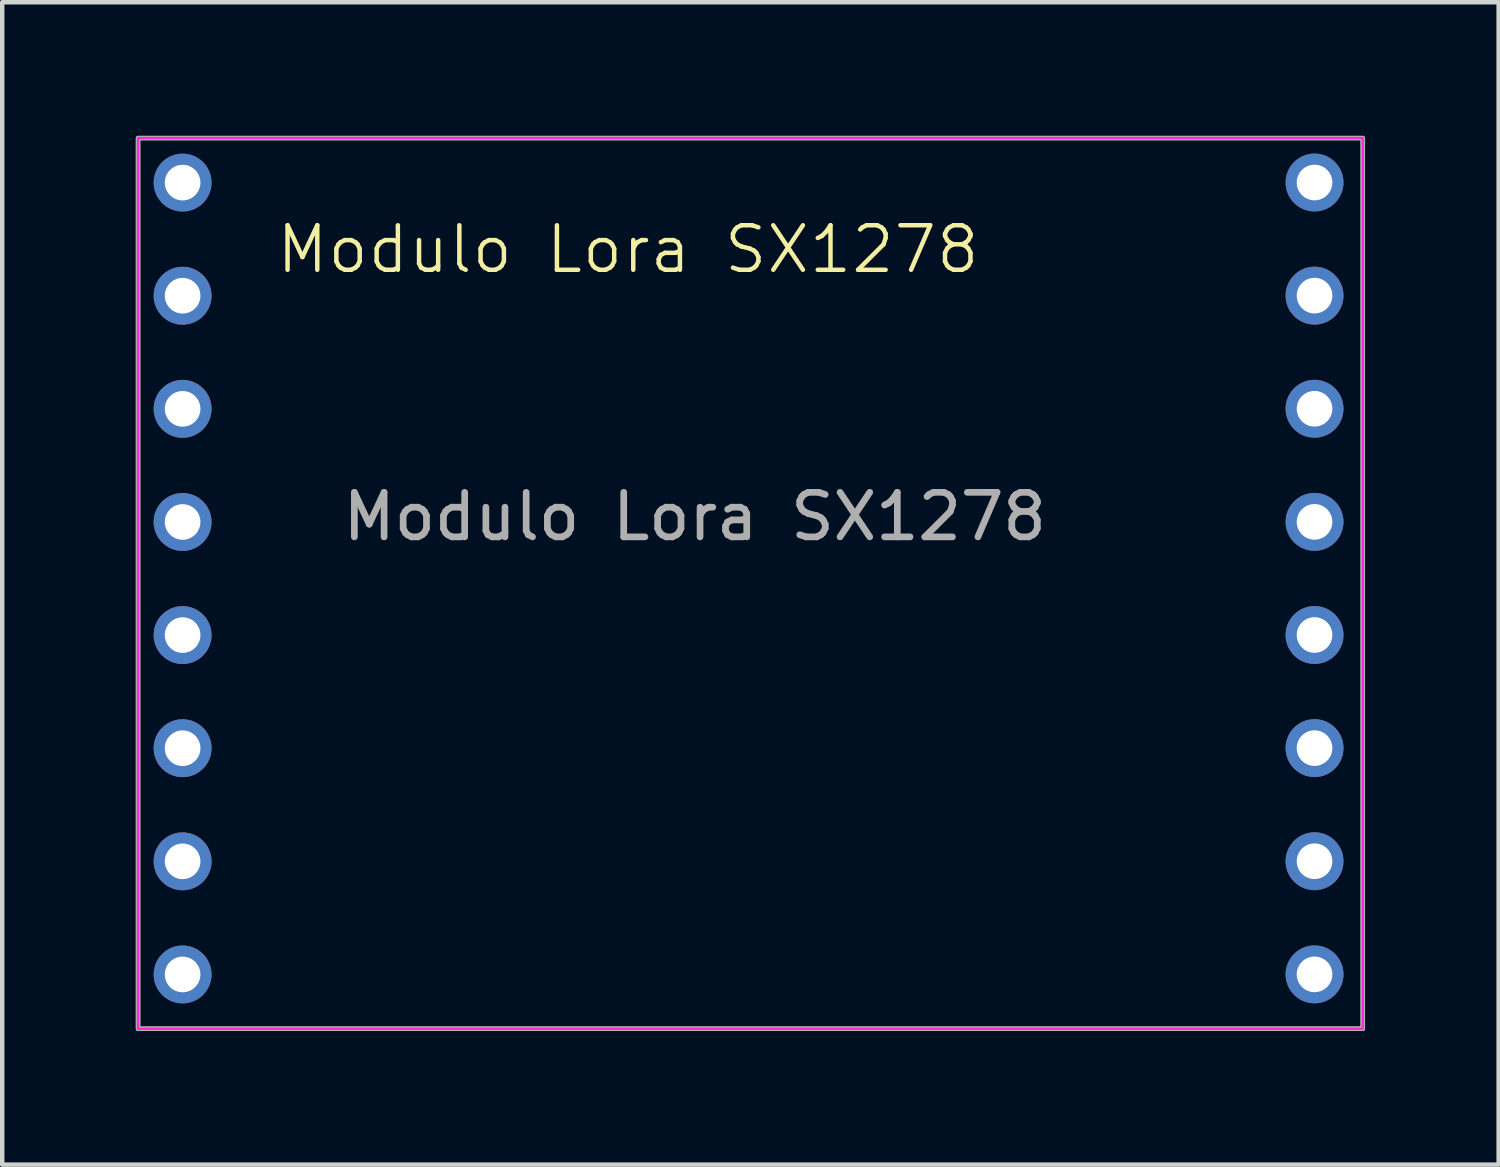
<source format=kicad_pcb>
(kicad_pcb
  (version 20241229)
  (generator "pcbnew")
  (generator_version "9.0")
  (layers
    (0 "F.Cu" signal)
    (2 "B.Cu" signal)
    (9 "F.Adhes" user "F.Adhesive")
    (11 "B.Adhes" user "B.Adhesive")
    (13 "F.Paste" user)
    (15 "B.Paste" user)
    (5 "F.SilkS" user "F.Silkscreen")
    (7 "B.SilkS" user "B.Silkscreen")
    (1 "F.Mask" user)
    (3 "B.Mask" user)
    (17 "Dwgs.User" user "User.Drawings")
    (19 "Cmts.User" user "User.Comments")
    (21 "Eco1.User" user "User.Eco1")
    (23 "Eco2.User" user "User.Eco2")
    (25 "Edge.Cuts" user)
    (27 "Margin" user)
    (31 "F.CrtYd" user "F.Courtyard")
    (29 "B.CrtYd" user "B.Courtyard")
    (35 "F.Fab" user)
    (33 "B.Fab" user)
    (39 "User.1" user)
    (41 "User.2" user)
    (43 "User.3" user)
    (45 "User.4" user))
  (footprint "Modulo Lora SX1278"
    (layer "F.Cu")
    (at 11.05 3.05)
    (property "Reference" "Modulo Lora SX1278" (at 0 -0.5 0) (unlocked yes) (layer "F.SilkS") (effects (font (size 1 1) (thickness 0.1))))
    (attr through_hole)
    (fp_rect (start -11 -3) (end 16.5 17) (stroke (width 0.1) (type default)) (fill no) (layer "F.SilkS"))
    (fp_rect (start -11 -3) (end 16.5 17) (stroke (width 0.05) (type default)) (fill no) (layer "F.CrtYd"))
    (fp_rect (start -11 -3) (end 16.5 17) (stroke (width 0.1) (type default)) (fill no) (layer "F.Fab"))
    (fp_text user "${REFERENCE}" (at 1.5 5.5 0) (unlocked yes) (layer "F.Fab") (effects (font (size 1 1) (thickness 0.15))))
    (pad "1" thru_hole circle (at -10 -2 270) (size 1.3 1.3) (drill 0.8) (layers "*.Cu" "*.Mask"))
    (pad "2" thru_hole circle (at -10 0.54 270) (size 1.3 1.3) (drill 0.8) (layers "*.Cu" "*.Mask"))
    (pad "3" thru_hole circle (at -10 3.08 270) (size 1.3 1.3) (drill 0.8) (layers "*.Cu" "*.Mask"))
    (pad "4" thru_hole circle (at -10 5.62 270) (size 1.3 1.3) (drill 0.8) (layers "*.Cu" "*.Mask"))
    (pad "5" thru_hole circle (at -10 8.16 270) (size 1.3 1.3) (drill 0.8) (layers "*.Cu" "*.Mask"))
    (pad "6" thru_hole circle (at -10 10.7 270) (size 1.3 1.3) (drill 0.8) (layers "*.Cu" "*.Mask"))
    (pad "7" thru_hole circle (at -10 13.24 270) (size 1.3 1.3) (drill 0.8) (layers "*.Cu" "*.Mask"))
    (pad "8" thru_hole circle (at -10 15.78 270) (size 1.3 1.3) (drill 0.8) (layers "*.Cu" "*.Mask"))
    (pad "9" thru_hole circle (at 15.416 -2.002 270) (size 1.3 1.3) (drill 0.8) (layers "*.Cu" "*.Mask"))
    (pad "10" thru_hole circle (at 15.416 0.538 270) (size 1.3 1.3) (drill 0.8) (layers "*.Cu" "*.Mask"))
    (pad "11" thru_hole circle (at 15.416 3.078 270) (size 1.3 1.3) (drill 0.8) (layers "*.Cu" "*.Mask"))
    (pad "12" thru_hole circle (at 15.416 5.618 270) (size 1.3 1.3) (drill 0.8) (layers "*.Cu" "*.Mask"))
    (pad "13" thru_hole circle (at 15.416 8.158 270) (size 1.3 1.3) (drill 0.8) (layers "*.Cu" "*.Mask"))
    (pad "14" thru_hole circle (at 15.416 10.698 270) (size 1.3 1.3) (drill 0.8) (layers "*.Cu" "*.Mask"))
    (pad "15" thru_hole circle (at 15.416 13.238 270) (size 1.3 1.3) (drill 0.8) (layers "*.Cu" "*.Mask"))
    (pad "16" thru_hole circle (at 15.416 15.778 270) (size 1.3 1.3) (drill 0.8) (layers "*.Cu" "*.Mask")))
  (gr_rect
    (start -3 -3)
    (end 30.6 23.1)
    (stroke (width 0.1) (type default))
    (fill no)
    (layer "Edge.Cuts")))
</source>
